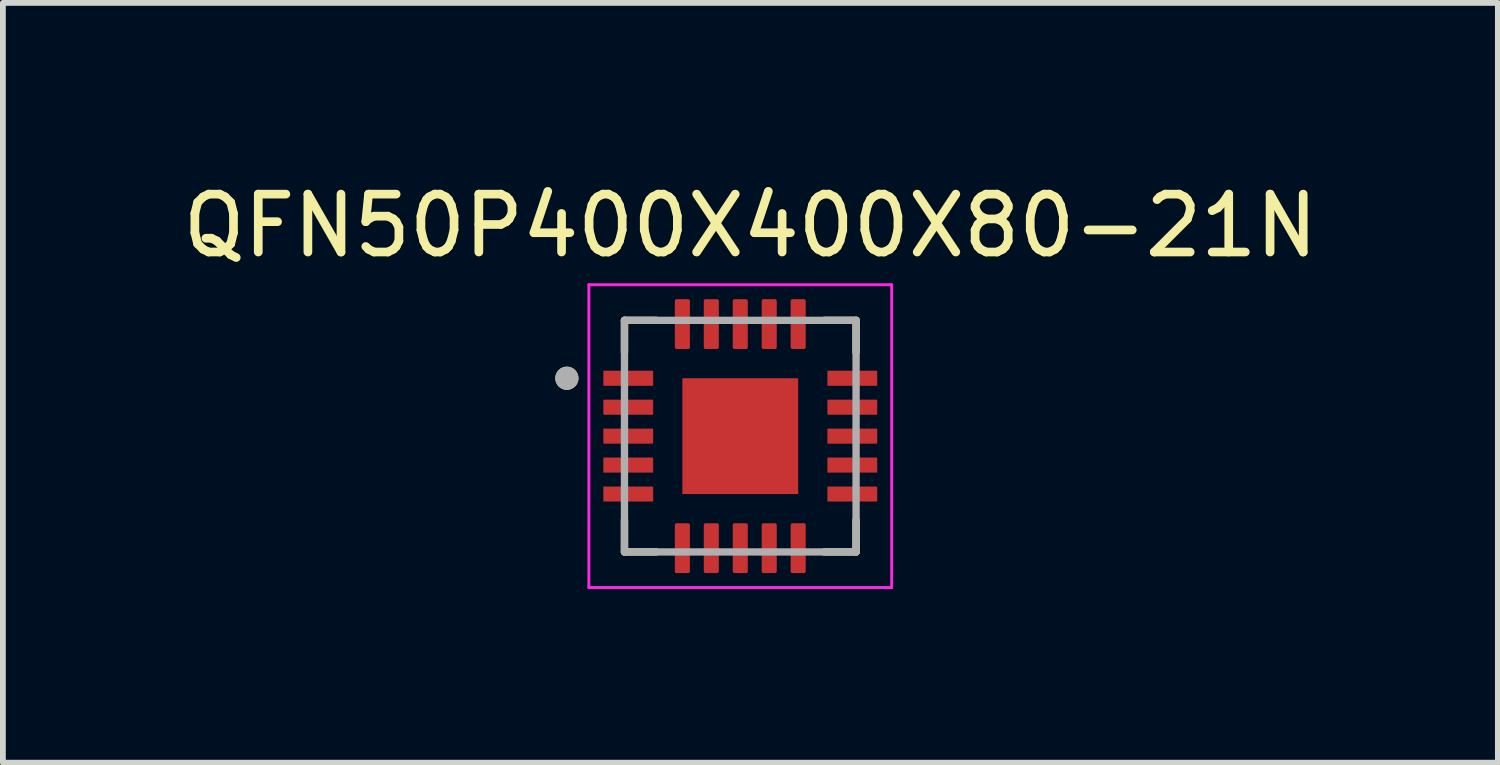
<source format=kicad_pcb>
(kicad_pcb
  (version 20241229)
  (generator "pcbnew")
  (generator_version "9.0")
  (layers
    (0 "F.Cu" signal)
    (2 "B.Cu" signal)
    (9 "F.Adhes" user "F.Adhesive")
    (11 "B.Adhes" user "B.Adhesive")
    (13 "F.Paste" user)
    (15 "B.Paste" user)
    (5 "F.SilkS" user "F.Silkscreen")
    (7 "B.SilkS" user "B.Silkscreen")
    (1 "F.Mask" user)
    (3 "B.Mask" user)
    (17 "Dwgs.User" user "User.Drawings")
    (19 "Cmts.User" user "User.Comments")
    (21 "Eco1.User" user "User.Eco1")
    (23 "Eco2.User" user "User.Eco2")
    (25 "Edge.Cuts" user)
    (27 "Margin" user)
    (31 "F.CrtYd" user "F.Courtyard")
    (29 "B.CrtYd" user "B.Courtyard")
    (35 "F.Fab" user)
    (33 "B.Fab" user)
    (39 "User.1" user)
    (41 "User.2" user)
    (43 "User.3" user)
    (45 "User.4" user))
  (footprint "QFN50P400X400X80-21N"
    (layer "F.Cu")
    (at 9.736 4.483)
    (property "Reference" "QFN50P400X400X80-21N" (at 0.175 -3.635 0) (layer "F.SilkS") (effects (font (size 1 1) (thickness 0.15))))
    (attr through_hole)
    (fp_line (start -2 -2) (end -2 -1.45) (stroke (width 0.127) (type solid)) (layer "F.SilkS"))
    (fp_line (start -2 -2) (end -1.45 -2) (stroke (width 0.127) (type solid)) (layer "F.SilkS"))
    (fp_line (start -2 2) (end -2 1.45) (stroke (width 0.127) (type solid)) (layer "F.SilkS"))
    (fp_line (start -2 2) (end -1.45 2) (stroke (width 0.127) (type solid)) (layer "F.SilkS"))
    (fp_line (start 2 -2) (end 1.45 -2) (stroke (width 0.127) (type solid)) (layer "F.SilkS"))
    (fp_line (start 2 -2) (end 2 -1.45) (stroke (width 0.127) (type solid)) (layer "F.SilkS"))
    (fp_line (start 2 2) (end 1.45 2) (stroke (width 0.127) (type solid)) (layer "F.SilkS"))
    (fp_line (start 2 2) (end 2 1.45) (stroke (width 0.127) (type solid)) (layer "F.SilkS"))
    (fp_circle (center -2.995 -1) (end -2.895 -1) (stroke (width 0.2) (type solid)) (fill no) (layer "F.SilkS"))
    (fp_poly (pts (xy -0.63 -0.63) (xy 0.63 -0.63) (xy 0.63 0.63) (xy -0.63 0.63)) (stroke (width 0.01) (type solid)) (fill yes) (layer "F.Paste"))
    (fp_line (start -2.615 -2.615) (end 2.615 -2.615) (stroke (width 0.05) (type solid)) (layer "F.CrtYd"))
    (fp_line (start -2.615 2.615) (end -2.615 -2.615) (stroke (width 0.05) (type solid)) (layer "F.CrtYd"))
    (fp_line (start -2.615 2.615) (end 2.615 2.615) (stroke (width 0.05) (type solid)) (layer "F.CrtYd"))
    (fp_line (start 2.615 2.615) (end 2.615 -2.615) (stroke (width 0.05) (type solid)) (layer "F.CrtYd"))
    (fp_line (start -2 2) (end -2 -2) (stroke (width 0.127) (type solid)) (layer "F.Fab"))
    (fp_line (start 2 -2) (end -2 -2) (stroke (width 0.127) (type solid)) (layer "F.Fab"))
    (fp_line (start 2 2) (end -2 2) (stroke (width 0.127) (type solid)) (layer "F.Fab"))
    (fp_line (start 2 2) (end 2 -2) (stroke (width 0.127) (type solid)) (layer "F.Fab"))
    (fp_circle (center -2.995 -1) (end -2.895 -1) (stroke (width 0.2) (type solid)) (fill no) (layer "F.Fab"))
    (pad "1" smd roundrect (at -1.935 -1) (size 0.86 0.26) (layers "F.Cu" "F.Mask" "F.Paste") (roundrect_rratio 0.03))
    (pad "2" smd roundrect (at -1.935 -0.5) (size 0.86 0.26) (layers "F.Cu" "F.Mask" "F.Paste") (roundrect_rratio 0.03))
    (pad "3" smd roundrect (at -1.935 0) (size 0.86 0.26) (layers "F.Cu" "F.Mask" "F.Paste") (roundrect_rratio 0.03))
    (pad "4" smd roundrect (at -1.935 0.5) (size 0.86 0.26) (layers "F.Cu" "F.Mask" "F.Paste") (roundrect_rratio 0.03))
    (pad "5" smd roundrect (at -1.935 1) (size 0.86 0.26) (layers "F.Cu" "F.Mask" "F.Paste") (roundrect_rratio 0.03))
    (pad "6" smd roundrect (at -1 1.935) (size 0.26 0.86) (layers "F.Cu" "F.Mask" "F.Paste") (roundrect_rratio 0.11))
    (pad "7" smd roundrect (at -0.5 1.935) (size 0.26 0.86) (layers "F.Cu" "F.Mask" "F.Paste") (roundrect_rratio 0.11))
    (pad "8" smd roundrect (at 0 1.935) (size 0.26 0.86) (layers "F.Cu" "F.Mask" "F.Paste") (roundrect_rratio 0.11))
    (pad "9" smd roundrect (at 0.5 1.935) (size 0.26 0.86) (layers "F.Cu" "F.Mask" "F.Paste") (roundrect_rratio 0.11))
    (pad "10" smd roundrect (at 1 1.935) (size 0.26 0.86) (layers "F.Cu" "F.Mask" "F.Paste") (roundrect_rratio 0.11))
    (pad "11" smd roundrect (at 1.935 1) (size 0.86 0.26) (layers "F.Cu" "F.Mask" "F.Paste") (roundrect_rratio 0.03))
    (pad "12" smd roundrect (at 1.935 0.5) (size 0.86 0.26) (layers "F.Cu" "F.Mask" "F.Paste") (roundrect_rratio 0.03))
    (pad "13" smd roundrect (at 1.935 0) (size 0.86 0.26) (layers "F.Cu" "F.Mask" "F.Paste") (roundrect_rratio 0.03))
    (pad "14" smd roundrect (at 1.935 -0.5) (size 0.86 0.26) (layers "F.Cu" "F.Mask" "F.Paste") (roundrect_rratio 0.03))
    (pad "15" smd roundrect (at 1.935 -1) (size 0.86 0.26) (layers "F.Cu" "F.Mask" "F.Paste") (roundrect_rratio 0.03))
    (pad "16" smd roundrect (at 1 -1.935) (size 0.26 0.86) (layers "F.Cu" "F.Mask" "F.Paste") (roundrect_rratio 0.11))
    (pad "17" smd roundrect (at 0.5 -1.935) (size 0.26 0.86) (layers "F.Cu" "F.Mask" "F.Paste") (roundrect_rratio 0.11))
    (pad "18" smd roundrect (at 0 -1.935) (size 0.26 0.86) (layers "F.Cu" "F.Mask" "F.Paste") (roundrect_rratio 0.11))
    (pad "19" smd roundrect (at -0.5 -1.935) (size 0.26 0.86) (layers "F.Cu" "F.Mask" "F.Paste") (roundrect_rratio 0.11))
    (pad "20" smd roundrect (at -1 -1.935) (size 0.26 0.86) (layers "F.Cu" "F.Mask" "F.Paste") (roundrect_rratio 0.11))
    (pad "21" smd rect (at 0 0) (size 2 2) (layers "F.Cu" "F.Mask")))
  (gr_rect
    (start -3 -3)
    (end 22.821 10.123)
    (stroke (width 0.1) (type default))
    (fill no)
    (layer "Edge.Cuts")))
</source>
